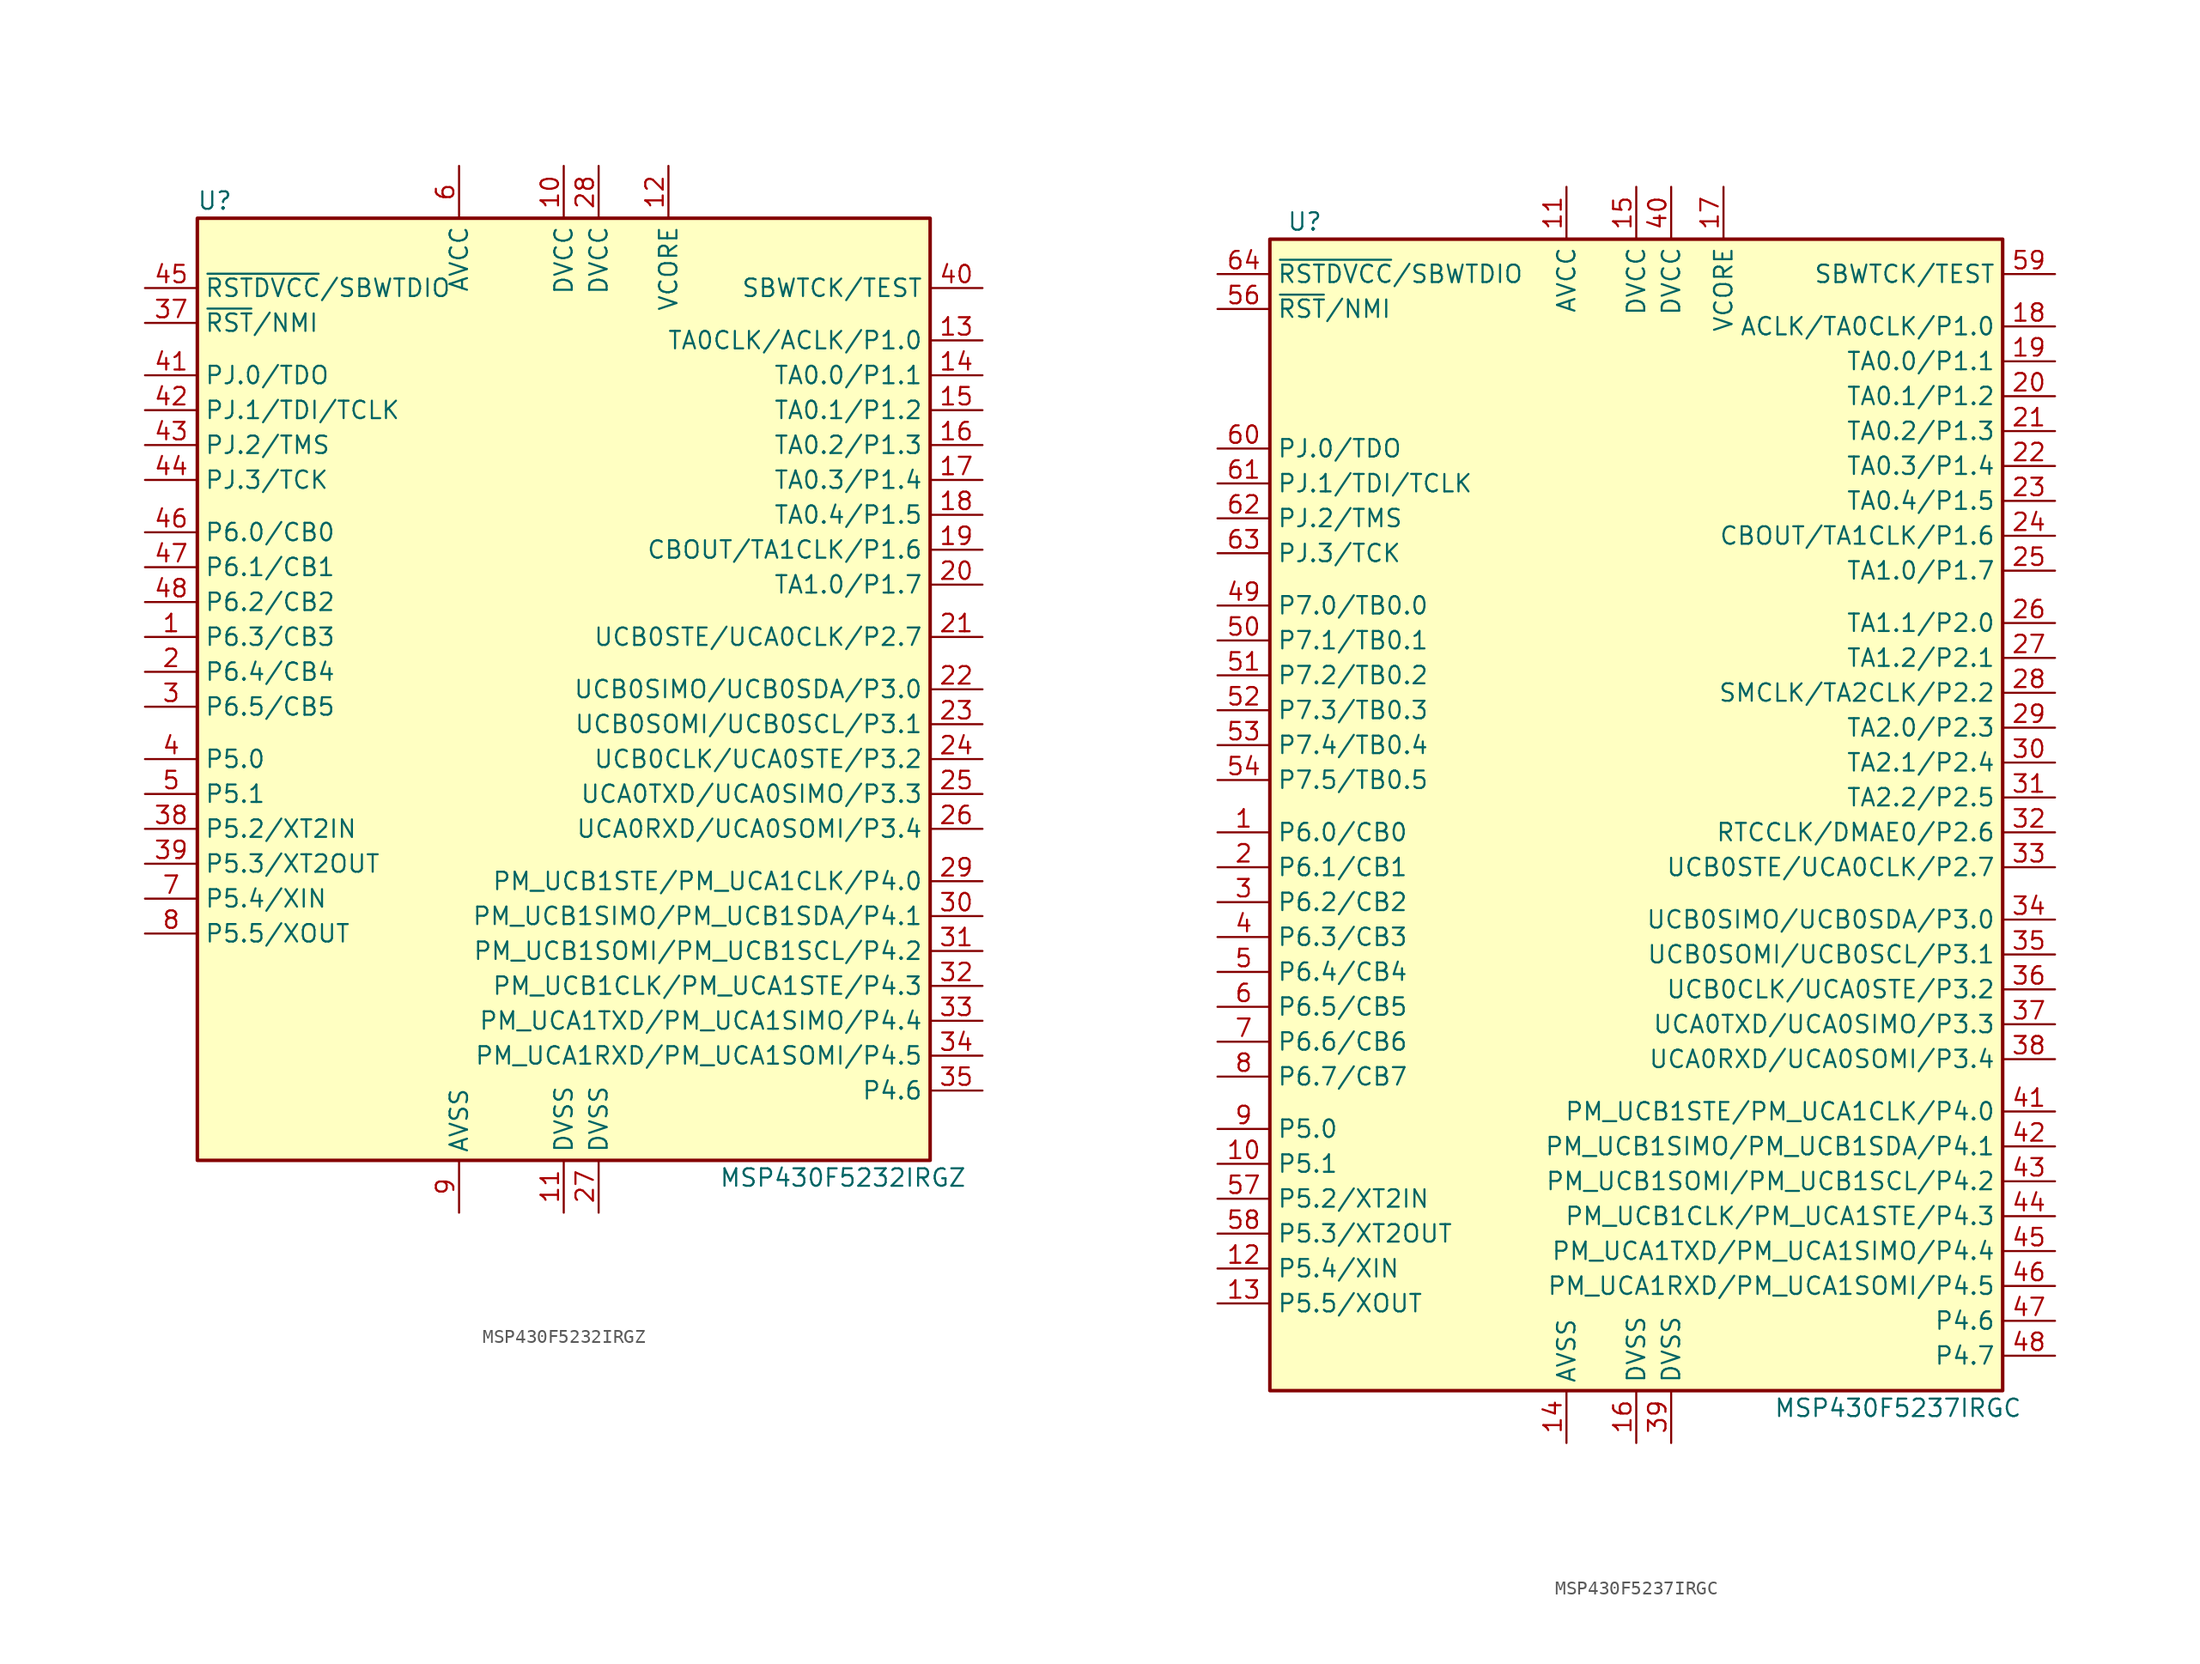
<source format=kicad_sym>
(kicad_symbol_lib
  (version 20201005)
  (generator kicad_symbol_editor)
  (symbol "MCU_Texas_MSP430:MSP430F5232IRGZ"
    (property "Reference" "U"
      (at -25.4 35.56 0)
      (effects (font (size 1.27 1.27))))
    (property "Value" "MSP430F5232IRGZ"
      (at 20.32 -35.56 0)
      (effects (font (size 1.27 1.27))))
    (symbol "MSP430F5232IRGZ_0_1"
      (rectangle (start -26.67 34.29) (end 26.67 -34.29) (stroke (width 0.254)) (fill (type background))))
    (symbol "MSP430F5232IRGZ_1_1"
      (pin bidirectional line (at -30.48 3.81 0) (length 3.81) (name "P6.3/CB3" (effects (font (size 1.27 1.27)))) (number "1" (effects (font (size 1.27 1.27)))))
      (pin power_in line (at 0 38.1 270) (length 3.81) (name "DVCC" (effects (font (size 1.27 1.27)))) (number "10" (effects (font (size 1.27 1.27)))))
      (pin power_in line (at 0 -38.1 90) (length 3.81) (name "DVSS" (effects (font (size 1.27 1.27)))) (number "11" (effects (font (size 1.27 1.27)))))
      (pin passive line (at 7.62 38.1 270) (length 3.81) (name "VCORE" (effects (font (size 1.27 1.27)))) (number "12" (effects (font (size 1.27 1.27)))))
      (pin bidirectional line (at 30.48 25.4 180) (length 3.81) (name "TA0CLK/ACLK/P1.0" (effects (font (size 1.27 1.27)))) (number "13" (effects (font (size 1.27 1.27)))))
      (pin bidirectional line (at 30.48 22.86 180) (length 3.81) (name "TA0.0/P1.1" (effects (font (size 1.27 1.27)))) (number "14" (effects (font (size 1.27 1.27)))))
      (pin bidirectional line (at 30.48 20.32 180) (length 3.81) (name "TA0.1/P1.2" (effects (font (size 1.27 1.27)))) (number "15" (effects (font (size 1.27 1.27)))))
      (pin bidirectional line (at 30.48 17.78 180) (length 3.81) (name "TA0.2/P1.3" (effects (font (size 1.27 1.27)))) (number "16" (effects (font (size 1.27 1.27)))))
      (pin bidirectional line (at 30.48 15.24 180) (length 3.81) (name "TA0.3/P1.4" (effects (font (size 1.27 1.27)))) (number "17" (effects (font (size 1.27 1.27)))))
      (pin bidirectional line (at 30.48 12.7 180) (length 3.81) (name "TA0.4/P1.5" (effects (font (size 1.27 1.27)))) (number "18" (effects (font (size 1.27 1.27)))))
      (pin bidirectional line (at 30.48 10.16 180) (length 3.81) (name "CBOUT/TA1CLK/P1.6" (effects (font (size 1.27 1.27)))) (number "19" (effects (font (size 1.27 1.27)))))
      (pin bidirectional line (at -30.48 1.27 0) (length 3.81) (name "P6.4/CB4" (effects (font (size 1.27 1.27)))) (number "2" (effects (font (size 1.27 1.27)))))
      (pin bidirectional line (at 30.48 7.62 180) (length 3.81) (name "TA1.0/P1.7" (effects (font (size 1.27 1.27)))) (number "20" (effects (font (size 1.27 1.27)))))
      (pin bidirectional line (at 30.48 3.81 180) (length 3.81) (name "UCB0STE/UCA0CLK/P2.7" (effects (font (size 1.27 1.27)))) (number "21" (effects (font (size 1.27 1.27)))))
      (pin bidirectional line (at 30.48 0 180) (length 3.81) (name "UCB0SIMO/UCB0SDA/P3.0" (effects (font (size 1.27 1.27)))) (number "22" (effects (font (size 1.27 1.27)))))
      (pin bidirectional line (at 30.48 -2.54 180) (length 3.81) (name "UCB0SOMI/UCB0SCL/P3.1" (effects (font (size 1.27 1.27)))) (number "23" (effects (font (size 1.27 1.27)))))
      (pin bidirectional line (at 30.48 -5.08 180) (length 3.81) (name "UCB0CLK/UCA0STE/P3.2" (effects (font (size 1.27 1.27)))) (number "24" (effects (font (size 1.27 1.27)))))
      (pin bidirectional line (at 30.48 -7.62 180) (length 3.81) (name "UCA0TXD/UCA0SIMO/P3.3" (effects (font (size 1.27 1.27)))) (number "25" (effects (font (size 1.27 1.27)))))
      (pin bidirectional line (at 30.48 -10.16 180) (length 3.81) (name "UCA0RXD/UCA0SOMI/P3.4" (effects (font (size 1.27 1.27)))) (number "26" (effects (font (size 1.27 1.27)))))
      (pin power_in line (at 2.54 -38.1 90) (length 3.81) (name "DVSS" (effects (font (size 1.27 1.27)))) (number "27" (effects (font (size 1.27 1.27)))))
      (pin power_in line (at 2.54 38.1 270) (length 3.81) (name "DVCC" (effects (font (size 1.27 1.27)))) (number "28" (effects (font (size 1.27 1.27)))))
      (pin bidirectional line (at 30.48 -13.97 180) (length 3.81) (name "PM_UCB1STE/PM_UCA1CLK/P4.0" (effects (font (size 1.27 1.27)))) (number "29" (effects (font (size 1.27 1.27)))))
      (pin bidirectional line (at -30.48 -1.27 0) (length 3.81) (name "P6.5/CB5" (effects (font (size 1.27 1.27)))) (number "3" (effects (font (size 1.27 1.27)))))
      (pin bidirectional line (at 30.48 -16.51 180) (length 3.81) (name "PM_UCB1SIMO/PM_UCB1SDA/P4.1" (effects (font (size 1.27 1.27)))) (number "30" (effects (font (size 1.27 1.27)))))
      (pin bidirectional line (at 30.48 -19.05 180) (length 3.81) (name "PM_UCB1SOMI/PM_UCB1SCL/P4.2" (effects (font (size 1.27 1.27)))) (number "31" (effects (font (size 1.27 1.27)))))
      (pin bidirectional line (at 30.48 -21.59 180) (length 3.81) (name "PM_UCB1CLK/PM_UCA1STE/P4.3" (effects (font (size 1.27 1.27)))) (number "32" (effects (font (size 1.27 1.27)))))
      (pin bidirectional line (at 30.48 -24.13 180) (length 3.81) (name "PM_UCA1TXD/PM_UCA1SIMO/P4.4" (effects (font (size 1.27 1.27)))) (number "33" (effects (font (size 1.27 1.27)))))
      (pin bidirectional line (at 30.48 -26.67 180) (length 3.81) (name "PM_UCA1RXD/PM_UCA1SOMI/P4.5" (effects (font (size 1.27 1.27)))) (number "34" (effects (font (size 1.27 1.27)))))
      (pin bidirectional line (at 30.48 -29.21 180) (length 3.81) (name "P4.6" (effects (font (size 1.27 1.27)))) (number "35" (effects (font (size 1.27 1.27)))))
      (pin input line (at -30.48 26.67 0) (length 3.81) (name "~RST~/NMI" (effects (font (size 1.27 1.27)))) (number "37" (effects (font (size 1.27 1.27)))))
      (pin bidirectional line (at -30.48 -10.16 0) (length 3.81) (name "P5.2/XT2IN" (effects (font (size 1.27 1.27)))) (number "38" (effects (font (size 1.27 1.27)))))
      (pin bidirectional line (at -30.48 -12.7 0) (length 3.81) (name "P5.3/XT2OUT" (effects (font (size 1.27 1.27)))) (number "39" (effects (font (size 1.27 1.27)))))
      (pin bidirectional line (at -30.48 -5.08 0) (length 3.81) (name "P5.0" (effects (font (size 1.27 1.27)))) (number "4" (effects (font (size 1.27 1.27)))))
      (pin input line (at 30.48 29.21 180) (length 3.81) (name "SBWTCK/TEST" (effects (font (size 1.27 1.27)))) (number "40" (effects (font (size 1.27 1.27)))))
      (pin bidirectional line (at -30.48 22.86 0) (length 3.81) (name "PJ.0/TDO" (effects (font (size 1.27 1.27)))) (number "41" (effects (font (size 1.27 1.27)))))
      (pin bidirectional line (at -30.48 20.32 0) (length 3.81) (name "PJ.1/TDI/TCLK" (effects (font (size 1.27 1.27)))) (number "42" (effects (font (size 1.27 1.27)))))
      (pin bidirectional line (at -30.48 17.78 0) (length 3.81) (name "PJ.2/TMS" (effects (font (size 1.27 1.27)))) (number "43" (effects (font (size 1.27 1.27)))))
      (pin bidirectional line (at -30.48 15.24 0) (length 3.81) (name "PJ.3/TCK" (effects (font (size 1.27 1.27)))) (number "44" (effects (font (size 1.27 1.27)))))
      (pin bidirectional line (at -30.48 29.21 0) (length 3.81) (name "~RSTDVCC~/SBWTDIO" (effects (font (size 1.27 1.27)))) (number "45" (effects (font (size 1.27 1.27)))))
      (pin bidirectional line (at -30.48 11.43 0) (length 3.81) (name "P6.0/CB0" (effects (font (size 1.27 1.27)))) (number "46" (effects (font (size 1.27 1.27)))))
      (pin bidirectional line (at -30.48 8.89 0) (length 3.81) (name "P6.1/CB1" (effects (font (size 1.27 1.27)))) (number "47" (effects (font (size 1.27 1.27)))))
      (pin bidirectional line (at -30.48 6.35 0) (length 3.81) (name "P6.2/CB2" (effects (font (size 1.27 1.27)))) (number "48" (effects (font (size 1.27 1.27)))))
      (pin bidirectional line (at -30.48 -7.62 0) (length 3.81) (name "P5.1" (effects (font (size 1.27 1.27)))) (number "5" (effects (font (size 1.27 1.27)))))
      (pin power_in line (at -7.62 38.1 270) (length 3.81) (name "AVCC" (effects (font (size 1.27 1.27)))) (number "6" (effects (font (size 1.27 1.27)))))
      (pin bidirectional line (at -30.48 -15.24 0) (length 3.81) (name "P5.4/XIN" (effects (font (size 1.27 1.27)))) (number "7" (effects (font (size 1.27 1.27)))))
      (pin bidirectional line (at -30.48 -17.78 0) (length 3.81) (name "P5.5/XOUT" (effects (font (size 1.27 1.27)))) (number "8" (effects (font (size 1.27 1.27)))))
      (pin power_in line (at -7.62 -38.1 90) (length 3.81) (name "AVSS" (effects (font (size 1.27 1.27)))) (number "9" (effects (font (size 1.27 1.27)))))))
  (symbol "MCU_Texas_MSP430:MSP430F5237IRGC"
    (property "Reference" "U"
      (at -24.13 43.18 0)
      (effects (font (size 1.27 1.27))))
    (property "Value" "MSP430F5237IRGC"
      (at 19.05 -43.18 0)
      (effects (font (size 1.27 1.27))))
    (symbol "MSP430F5237IRGC_0_1"
      (rectangle (start -26.67 41.91) (end 26.67 -41.91) (stroke (width 0.254)) (fill (type background))))
    (symbol "MSP430F5237IRGC_1_1"
      (pin bidirectional line (at -30.48 -1.27 0) (length 3.81) (name "P6.0/CB0" (effects (font (size 1.27 1.27)))) (number "1" (effects (font (size 1.27 1.27)))))
      (pin bidirectional line (at -30.48 -25.4 0) (length 3.81) (name "P5.1" (effects (font (size 1.27 1.27)))) (number "10" (effects (font (size 1.27 1.27)))))
      (pin power_in line (at -5.08 45.72 270) (length 3.81) (name "AVCC" (effects (font (size 1.27 1.27)))) (number "11" (effects (font (size 1.27 1.27)))))
      (pin bidirectional line (at -30.48 -33.02 0) (length 3.81) (name "P5.4/XIN" (effects (font (size 1.27 1.27)))) (number "12" (effects (font (size 1.27 1.27)))))
      (pin bidirectional line (at -30.48 -35.56 0) (length 3.81) (name "P5.5/XOUT" (effects (font (size 1.27 1.27)))) (number "13" (effects (font (size 1.27 1.27)))))
      (pin power_in line (at -5.08 -45.72 90) (length 3.81) (name "AVSS" (effects (font (size 1.27 1.27)))) (number "14" (effects (font (size 1.27 1.27)))))
      (pin power_in line (at 0 45.72 270) (length 3.81) (name "DVCC" (effects (font (size 1.27 1.27)))) (number "15" (effects (font (size 1.27 1.27)))))
      (pin power_in line (at 0 -45.72 90) (length 3.81) (name "DVSS" (effects (font (size 1.27 1.27)))) (number "16" (effects (font (size 1.27 1.27)))))
      (pin power_in line (at 6.35 45.72 270) (length 3.81) (name "VCORE" (effects (font (size 1.27 1.27)))) (number "17" (effects (font (size 1.27 1.27)))))
      (pin bidirectional line (at 30.48 35.56 180) (length 3.81) (name "ACLK/TA0CLK/P1.0" (effects (font (size 1.27 1.27)))) (number "18" (effects (font (size 1.27 1.27)))))
      (pin bidirectional line (at 30.48 33.02 180) (length 3.81) (name "TA0.0/P1.1" (effects (font (size 1.27 1.27)))) (number "19" (effects (font (size 1.27 1.27)))))
      (pin bidirectional line (at -30.48 -3.81 0) (length 3.81) (name "P6.1/CB1" (effects (font (size 1.27 1.27)))) (number "2" (effects (font (size 1.27 1.27)))))
      (pin bidirectional line (at 30.48 30.48 180) (length 3.81) (name "TA0.1/P1.2" (effects (font (size 1.27 1.27)))) (number "20" (effects (font (size 1.27 1.27)))))
      (pin bidirectional line (at 30.48 27.94 180) (length 3.81) (name "TA0.2/P1.3" (effects (font (size 1.27 1.27)))) (number "21" (effects (font (size 1.27 1.27)))))
      (pin bidirectional line (at 30.48 25.4 180) (length 3.81) (name "TA0.3/P1.4" (effects (font (size 1.27 1.27)))) (number "22" (effects (font (size 1.27 1.27)))))
      (pin bidirectional line (at 30.48 22.86 180) (length 3.81) (name "TA0.4/P1.5" (effects (font (size 1.27 1.27)))) (number "23" (effects (font (size 1.27 1.27)))))
      (pin bidirectional line (at 30.48 20.32 180) (length 3.81) (name "CBOUT/TA1CLK/P1.6" (effects (font (size 1.27 1.27)))) (number "24" (effects (font (size 1.27 1.27)))))
      (pin bidirectional line (at 30.48 17.78 180) (length 3.81) (name "TA1.0/P1.7" (effects (font (size 1.27 1.27)))) (number "25" (effects (font (size 1.27 1.27)))))
      (pin bidirectional line (at 30.48 13.97 180) (length 3.81) (name "TA1.1/P2.0" (effects (font (size 1.27 1.27)))) (number "26" (effects (font (size 1.27 1.27)))))
      (pin bidirectional line (at 30.48 11.43 180) (length 3.81) (name "TA1.2/P2.1" (effects (font (size 1.27 1.27)))) (number "27" (effects (font (size 1.27 1.27)))))
      (pin bidirectional line (at 30.48 8.89 180) (length 3.81) (name "SMCLK/TA2CLK/P2.2" (effects (font (size 1.27 1.27)))) (number "28" (effects (font (size 1.27 1.27)))))
      (pin bidirectional line (at 30.48 6.35 180) (length 3.81) (name "TA2.0/P2.3" (effects (font (size 1.27 1.27)))) (number "29" (effects (font (size 1.27 1.27)))))
      (pin bidirectional line (at -30.48 -6.35 0) (length 3.81) (name "P6.2/CB2" (effects (font (size 1.27 1.27)))) (number "3" (effects (font (size 1.27 1.27)))))
      (pin bidirectional line (at 30.48 3.81 180) (length 3.81) (name "TA2.1/P2.4" (effects (font (size 1.27 1.27)))) (number "30" (effects (font (size 1.27 1.27)))))
      (pin bidirectional line (at 30.48 1.27 180) (length 3.81) (name "TA2.2/P2.5" (effects (font (size 1.27 1.27)))) (number "31" (effects (font (size 1.27 1.27)))))
      (pin bidirectional line (at 30.48 -1.27 180) (length 3.81) (name "RTCCLK/DMAE0/P2.6" (effects (font (size 1.27 1.27)))) (number "32" (effects (font (size 1.27 1.27)))))
      (pin bidirectional line (at 30.48 -3.81 180) (length 3.81) (name "UCB0STE/UCA0CLK/P2.7" (effects (font (size 1.27 1.27)))) (number "33" (effects (font (size 1.27 1.27)))))
      (pin bidirectional line (at 30.48 -7.62 180) (length 3.81) (name "UCB0SIMO/UCB0SDA/P3.0" (effects (font (size 1.27 1.27)))) (number "34" (effects (font (size 1.27 1.27)))))
      (pin bidirectional line (at 30.48 -10.16 180) (length 3.81) (name "UCB0SOMI/UCB0SCL/P3.1" (effects (font (size 1.27 1.27)))) (number "35" (effects (font (size 1.27 1.27)))))
      (pin bidirectional line (at 30.48 -12.7 180) (length 3.81) (name "UCB0CLK/UCA0STE/P3.2" (effects (font (size 1.27 1.27)))) (number "36" (effects (font (size 1.27 1.27)))))
      (pin bidirectional line (at 30.48 -15.24 180) (length 3.81) (name "UCA0TXD/UCA0SIMO/P3.3" (effects (font (size 1.27 1.27)))) (number "37" (effects (font (size 1.27 1.27)))))
      (pin bidirectional line (at 30.48 -17.78 180) (length 3.81) (name "UCA0RXD/UCA0SOMI/P3.4" (effects (font (size 1.27 1.27)))) (number "38" (effects (font (size 1.27 1.27)))))
      (pin power_in line (at 2.54 -45.72 90) (length 3.81) (name "DVSS" (effects (font (size 1.27 1.27)))) (number "39" (effects (font (size 1.27 1.27)))))
      (pin bidirectional line (at -30.48 -8.89 0) (length 3.81) (name "P6.3/CB3" (effects (font (size 1.27 1.27)))) (number "4" (effects (font (size 1.27 1.27)))))
      (pin power_in line (at 2.54 45.72 270) (length 3.81) (name "DVCC" (effects (font (size 1.27 1.27)))) (number "40" (effects (font (size 1.27 1.27)))))
      (pin bidirectional line (at 30.48 -21.59 180) (length 3.81) (name "PM_UCB1STE/PM_UCA1CLK/P4.0" (effects (font (size 1.27 1.27)))) (number "41" (effects (font (size 1.27 1.27)))))
      (pin bidirectional line (at 30.48 -24.13 180) (length 3.81) (name "PM_UCB1SIMO/PM_UCB1SDA/P4.1" (effects (font (size 1.27 1.27)))) (number "42" (effects (font (size 1.27 1.27)))))
      (pin bidirectional line (at 30.48 -26.67 180) (length 3.81) (name "PM_UCB1SOMI/PM_UCB1SCL/P4.2" (effects (font (size 1.27 1.27)))) (number "43" (effects (font (size 1.27 1.27)))))
      (pin bidirectional line (at 30.48 -29.21 180) (length 3.81) (name "PM_UCB1CLK/PM_UCA1STE/P4.3" (effects (font (size 1.27 1.27)))) (number "44" (effects (font (size 1.27 1.27)))))
      (pin bidirectional line (at 30.48 -31.75 180) (length 3.81) (name "PM_UCA1TXD/PM_UCA1SIMO/P4.4" (effects (font (size 1.27 1.27)))) (number "45" (effects (font (size 1.27 1.27)))))
      (pin bidirectional line (at 30.48 -34.29 180) (length 3.81) (name "PM_UCA1RXD/PM_UCA1SOMI/P4.5" (effects (font (size 1.27 1.27)))) (number "46" (effects (font (size 1.27 1.27)))))
      (pin bidirectional line (at 30.48 -36.83 180) (length 3.81) (name "P4.6" (effects (font (size 1.27 1.27)))) (number "47" (effects (font (size 1.27 1.27)))))
      (pin bidirectional line (at 30.48 -39.37 180) (length 3.81) (name "P4.7" (effects (font (size 1.27 1.27)))) (number "48" (effects (font (size 1.27 1.27)))))
      (pin bidirectional line (at -30.48 15.24 0) (length 3.81) (name "P7.0/TB0.0" (effects (font (size 1.27 1.27)))) (number "49" (effects (font (size 1.27 1.27)))))
      (pin bidirectional line (at -30.48 -11.43 0) (length 3.81) (name "P6.4/CB4" (effects (font (size 1.27 1.27)))) (number "5" (effects (font (size 1.27 1.27)))))
      (pin bidirectional line (at -30.48 12.7 0) (length 3.81) (name "P7.1/TB0.1" (effects (font (size 1.27 1.27)))) (number "50" (effects (font (size 1.27 1.27)))))
      (pin bidirectional line (at -30.48 10.16 0) (length 3.81) (name "P7.2/TB0.2" (effects (font (size 1.27 1.27)))) (number "51" (effects (font (size 1.27 1.27)))))
      (pin bidirectional line (at -30.48 7.62 0) (length 3.81) (name "P7.3/TB0.3" (effects (font (size 1.27 1.27)))) (number "52" (effects (font (size 1.27 1.27)))))
      (pin bidirectional line (at -30.48 5.08 0) (length 3.81) (name "P7.4/TB0.4" (effects (font (size 1.27 1.27)))) (number "53" (effects (font (size 1.27 1.27)))))
      (pin bidirectional line (at -30.48 2.54 0) (length 3.81) (name "P7.5/TB0.5" (effects (font (size 1.27 1.27)))) (number "54" (effects (font (size 1.27 1.27)))))
      (pin input line (at -30.48 36.83 0) (length 3.81) (name "~RST~/NMI" (effects (font (size 1.27 1.27)))) (number "56" (effects (font (size 1.27 1.27)))))
      (pin bidirectional line (at -30.48 -27.94 0) (length 3.81) (name "P5.2/XT2IN" (effects (font (size 1.27 1.27)))) (number "57" (effects (font (size 1.27 1.27)))))
      (pin bidirectional line (at -30.48 -30.48 0) (length 3.81) (name "P5.3/XT2OUT" (effects (font (size 1.27 1.27)))) (number "58" (effects (font (size 1.27 1.27)))))
      (pin input line (at 30.48 39.37 180) (length 3.81) (name "SBWTCK/TEST" (effects (font (size 1.27 1.27)))) (number "59" (effects (font (size 1.27 1.27)))))
      (pin bidirectional line (at -30.48 -13.97 0) (length 3.81) (name "P6.5/CB5" (effects (font (size 1.27 1.27)))) (number "6" (effects (font (size 1.27 1.27)))))
      (pin bidirectional line (at -30.48 26.67 0) (length 3.81) (name "PJ.0/TDO" (effects (font (size 1.27 1.27)))) (number "60" (effects (font (size 1.27 1.27)))))
      (pin bidirectional line (at -30.48 24.13 0) (length 3.81) (name "PJ.1/TDI/TCLK" (effects (font (size 1.27 1.27)))) (number "61" (effects (font (size 1.27 1.27)))))
      (pin bidirectional line (at -30.48 21.59 0) (length 3.81) (name "PJ.2/TMS" (effects (font (size 1.27 1.27)))) (number "62" (effects (font (size 1.27 1.27)))))
      (pin bidirectional line (at -30.48 19.05 0) (length 3.81) (name "PJ.3/TCK" (effects (font (size 1.27 1.27)))) (number "63" (effects (font (size 1.27 1.27)))))
      (pin bidirectional line (at -30.48 39.37 0) (length 3.81) (name "~RSTDVCC~/SBWTDIO" (effects (font (size 1.27 1.27)))) (number "64" (effects (font (size 1.27 1.27)))))
      (pin bidirectional line (at -30.48 -16.51 0) (length 3.81) (name "P6.6/CB6" (effects (font (size 1.27 1.27)))) (number "7" (effects (font (size 1.27 1.27)))))
      (pin bidirectional line (at -30.48 -19.05 0) (length 3.81) (name "P6.7/CB7" (effects (font (size 1.27 1.27)))) (number "8" (effects (font (size 1.27 1.27)))))
      (pin bidirectional line (at -30.48 -22.86 0) (length 3.81) (name "P5.0" (effects (font (size 1.27 1.27)))) (number "9" (effects (font (size 1.27 1.27))))))))
</source>
